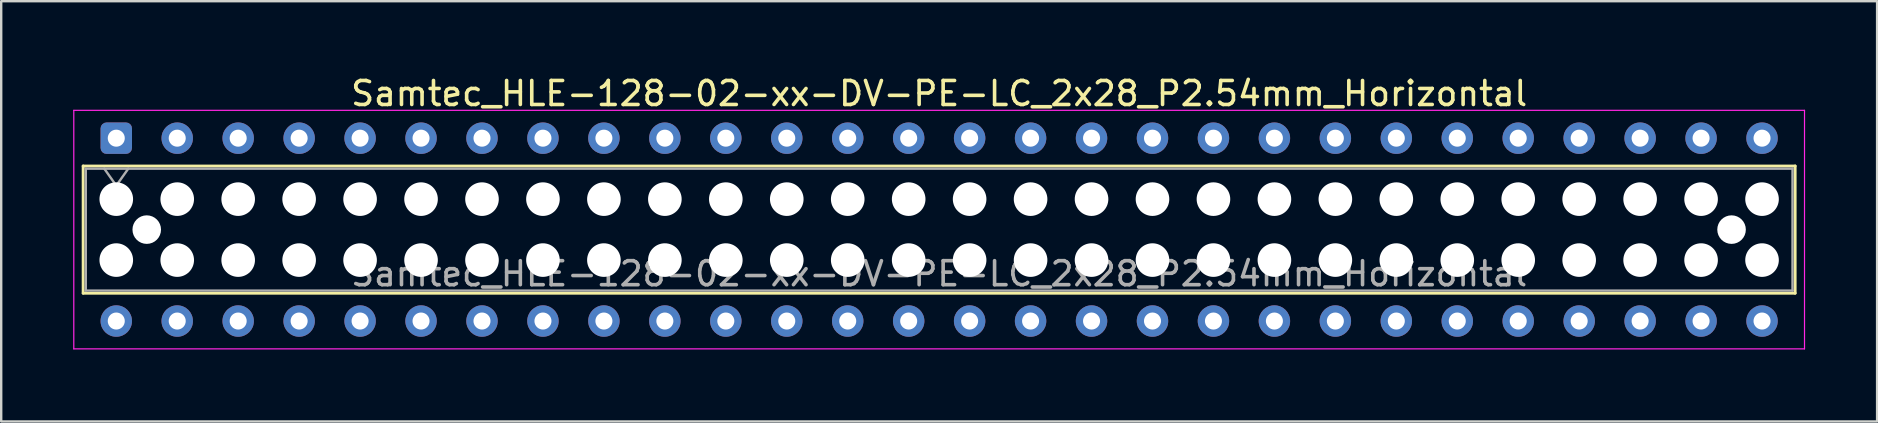
<source format=kicad_pcb>
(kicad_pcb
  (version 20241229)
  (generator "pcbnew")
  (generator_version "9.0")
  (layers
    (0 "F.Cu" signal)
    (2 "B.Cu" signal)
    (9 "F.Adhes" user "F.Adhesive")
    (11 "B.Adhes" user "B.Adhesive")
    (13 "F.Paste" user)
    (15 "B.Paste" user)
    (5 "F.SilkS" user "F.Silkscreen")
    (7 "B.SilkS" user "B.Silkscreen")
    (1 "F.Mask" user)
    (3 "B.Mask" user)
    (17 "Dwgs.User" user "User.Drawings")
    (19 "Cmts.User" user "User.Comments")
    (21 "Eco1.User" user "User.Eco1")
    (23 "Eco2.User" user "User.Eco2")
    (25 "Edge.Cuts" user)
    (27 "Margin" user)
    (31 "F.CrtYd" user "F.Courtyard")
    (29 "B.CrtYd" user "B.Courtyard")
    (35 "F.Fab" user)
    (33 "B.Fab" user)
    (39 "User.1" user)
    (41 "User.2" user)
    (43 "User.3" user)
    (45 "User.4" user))
  (footprint "Samtec_HLE-128-02-xx-DV-PE-LC_2x28_P2.54mm_Horizontal"
    (layer "F.Cu")
    (at 1.795 2.708)
    (property "Reference" "Samtec_HLE-128-02-xx-DV-PE-LC_2x28_P2.54mm_Horizontal" (at 34.29 -1.86 0) (layer "F.SilkS") (effects (font (size 1 1) (thickness 0.15))))
    (attr through_hole)
    (fp_line (start -1.38 1.16) (end 69.96 1.16) (stroke (width 0.12) (type solid)) (layer "F.SilkS"))
    (fp_line (start -1.38 6.46) (end -1.38 1.16) (stroke (width 0.12) (type solid)) (layer "F.SilkS"))
    (fp_line (start 69.96 1.16) (end 69.96 6.46) (stroke (width 0.12) (type solid)) (layer "F.SilkS"))
    (fp_line (start 69.96 6.46) (end -1.38 6.46) (stroke (width 0.12) (type solid)) (layer "F.SilkS"))
    (fp_line (start -1.77 -1.16) (end 70.35 -1.16) (stroke (width 0.05) (type solid)) (layer "F.CrtYd"))
    (fp_line (start -1.77 8.78) (end -1.77 -1.16) (stroke (width 0.05) (type solid)) (layer "F.CrtYd"))
    (fp_line (start 70.35 -1.16) (end 70.35 8.78) (stroke (width 0.05) (type solid)) (layer "F.CrtYd"))
    (fp_line (start 70.35 8.78) (end -1.77 8.78) (stroke (width 0.05) (type solid)) (layer "F.CrtYd"))
    (fp_line (start -1.27 1.27) (end 69.85 1.27) (stroke (width 0.1) (type solid)) (layer "F.Fab"))
    (fp_line (start -1.27 6.35) (end -1.27 1.27) (stroke (width 0.1) (type solid)) (layer "F.Fab"))
    (fp_line (start -0.5 1.27) (end 0 1.977) (stroke (width 0.1) (type solid)) (layer "F.Fab"))
    (fp_line (start 0 1.977) (end 0.5 1.27) (stroke (width 0.1) (type solid)) (layer "F.Fab"))
    (fp_line (start 69.85 1.27) (end 69.85 6.35) (stroke (width 0.1) (type solid)) (layer "F.Fab"))
    (fp_line (start 69.85 6.35) (end -1.27 6.35) (stroke (width 0.1) (type solid)) (layer "F.Fab"))
    (fp_text user "${REFERENCE}" (at 34.29 5.65 0) (layer "F.Fab") (effects (font (size 1 1) (thickness 0.15))))
    (pad "" np_thru_hole circle (at 0 2.54) (size 1.4 1.4) (drill 1.4) (layers "*.Cu" "*.Mask"))
    (pad "" np_thru_hole circle (at 0 5.08) (size 1.4 1.4) (drill 1.4) (layers "*.Cu" "*.Mask"))
    (pad "" np_thru_hole circle (at 1.27 3.81) (size 1.19 1.19) (drill 1.19) (layers "*.Cu" "*.Mask"))
    (pad "" np_thru_hole circle (at 2.54 2.54) (size 1.4 1.4) (drill 1.4) (layers "*.Cu" "*.Mask"))
    (pad "" np_thru_hole circle (at 2.54 5.08) (size 1.4 1.4) (drill 1.4) (layers "*.Cu" "*.Mask"))
    (pad "" np_thru_hole circle (at 5.08 2.54) (size 1.4 1.4) (drill 1.4) (layers "*.Cu" "*.Mask"))
    (pad "" np_thru_hole circle (at 5.08 5.08) (size 1.4 1.4) (drill 1.4) (layers "*.Cu" "*.Mask"))
    (pad "" np_thru_hole circle (at 7.62 2.54) (size 1.4 1.4) (drill 1.4) (layers "*.Cu" "*.Mask"))
    (pad "" np_thru_hole circle (at 7.62 5.08) (size 1.4 1.4) (drill 1.4) (layers "*.Cu" "*.Mask"))
    (pad "" np_thru_hole circle (at 10.16 2.54) (size 1.4 1.4) (drill 1.4) (layers "*.Cu" "*.Mask"))
    (pad "" np_thru_hole circle (at 10.16 5.08) (size 1.4 1.4) (drill 1.4) (layers "*.Cu" "*.Mask"))
    (pad "" np_thru_hole circle (at 12.7 2.54) (size 1.4 1.4) (drill 1.4) (layers "*.Cu" "*.Mask"))
    (pad "" np_thru_hole circle (at 12.7 5.08) (size 1.4 1.4) (drill 1.4) (layers "*.Cu" "*.Mask"))
    (pad "" np_thru_hole circle (at 15.24 2.54) (size 1.4 1.4) (drill 1.4) (layers "*.Cu" "*.Mask"))
    (pad "" np_thru_hole circle (at 15.24 5.08) (size 1.4 1.4) (drill 1.4) (layers "*.Cu" "*.Mask"))
    (pad "" np_thru_hole circle (at 17.78 2.54) (size 1.4 1.4) (drill 1.4) (layers "*.Cu" "*.Mask"))
    (pad "" np_thru_hole circle (at 17.78 5.08) (size 1.4 1.4) (drill 1.4) (layers "*.Cu" "*.Mask"))
    (pad "" np_thru_hole circle (at 20.32 2.54) (size 1.4 1.4) (drill 1.4) (layers "*.Cu" "*.Mask"))
    (pad "" np_thru_hole circle (at 20.32 5.08) (size 1.4 1.4) (drill 1.4) (layers "*.Cu" "*.Mask"))
    (pad "" np_thru_hole circle (at 22.86 2.54) (size 1.4 1.4) (drill 1.4) (layers "*.Cu" "*.Mask"))
    (pad "" np_thru_hole circle (at 22.86 5.08) (size 1.4 1.4) (drill 1.4) (layers "*.Cu" "*.Mask"))
    (pad "" np_thru_hole circle (at 25.4 2.54) (size 1.4 1.4) (drill 1.4) (layers "*.Cu" "*.Mask"))
    (pad "" np_thru_hole circle (at 25.4 5.08) (size 1.4 1.4) (drill 1.4) (layers "*.Cu" "*.Mask"))
    (pad "" np_thru_hole circle (at 27.94 2.54) (size 1.4 1.4) (drill 1.4) (layers "*.Cu" "*.Mask"))
    (pad "" np_thru_hole circle (at 27.94 5.08) (size 1.4 1.4) (drill 1.4) (layers "*.Cu" "*.Mask"))
    (pad "" np_thru_hole circle (at 30.48 2.54) (size 1.4 1.4) (drill 1.4) (layers "*.Cu" "*.Mask"))
    (pad "" np_thru_hole circle (at 30.48 5.08) (size 1.4 1.4) (drill 1.4) (layers "*.Cu" "*.Mask"))
    (pad "" np_thru_hole circle (at 33.02 2.54) (size 1.4 1.4) (drill 1.4) (layers "*.Cu" "*.Mask"))
    (pad "" np_thru_hole circle (at 33.02 5.08) (size 1.4 1.4) (drill 1.4) (layers "*.Cu" "*.Mask"))
    (pad "" np_thru_hole circle (at 35.56 2.54) (size 1.4 1.4) (drill 1.4) (layers "*.Cu" "*.Mask"))
    (pad "" np_thru_hole circle (at 35.56 5.08) (size 1.4 1.4) (drill 1.4) (layers "*.Cu" "*.Mask"))
    (pad "" np_thru_hole circle (at 38.1 2.54) (size 1.4 1.4) (drill 1.4) (layers "*.Cu" "*.Mask"))
    (pad "" np_thru_hole circle (at 38.1 5.08) (size 1.4 1.4) (drill 1.4) (layers "*.Cu" "*.Mask"))
    (pad "" np_thru_hole circle (at 40.64 2.54) (size 1.4 1.4) (drill 1.4) (layers "*.Cu" "*.Mask"))
    (pad "" np_thru_hole circle (at 40.64 5.08) (size 1.4 1.4) (drill 1.4) (layers "*.Cu" "*.Mask"))
    (pad "" np_thru_hole circle (at 43.18 2.54) (size 1.4 1.4) (drill 1.4) (layers "*.Cu" "*.Mask"))
    (pad "" np_thru_hole circle (at 43.18 5.08) (size 1.4 1.4) (drill 1.4) (layers "*.Cu" "*.Mask"))
    (pad "" np_thru_hole circle (at 45.72 2.54) (size 1.4 1.4) (drill 1.4) (layers "*.Cu" "*.Mask"))
    (pad "" np_thru_hole circle (at 45.72 5.08) (size 1.4 1.4) (drill 1.4) (layers "*.Cu" "*.Mask"))
    (pad "" np_thru_hole circle (at 48.26 2.54) (size 1.4 1.4) (drill 1.4) (layers "*.Cu" "*.Mask"))
    (pad "" np_thru_hole circle (at 48.26 5.08) (size 1.4 1.4) (drill 1.4) (layers "*.Cu" "*.Mask"))
    (pad "" np_thru_hole circle (at 50.8 2.54) (size 1.4 1.4) (drill 1.4) (layers "*.Cu" "*.Mask"))
    (pad "" np_thru_hole circle (at 50.8 5.08) (size 1.4 1.4) (drill 1.4) (layers "*.Cu" "*.Mask"))
    (pad "" np_thru_hole circle (at 53.34 2.54) (size 1.4 1.4) (drill 1.4) (layers "*.Cu" "*.Mask"))
    (pad "" np_thru_hole circle (at 53.34 5.08) (size 1.4 1.4) (drill 1.4) (layers "*.Cu" "*.Mask"))
    (pad "" np_thru_hole circle (at 55.88 2.54) (size 1.4 1.4) (drill 1.4) (layers "*.Cu" "*.Mask"))
    (pad "" np_thru_hole circle (at 55.88 5.08) (size 1.4 1.4) (drill 1.4) (layers "*.Cu" "*.Mask"))
    (pad "" np_thru_hole circle (at 58.42 2.54) (size 1.4 1.4) (drill 1.4) (layers "*.Cu" "*.Mask"))
    (pad "" np_thru_hole circle (at 58.42 5.08) (size 1.4 1.4) (drill 1.4) (layers "*.Cu" "*.Mask"))
    (pad "" np_thru_hole circle (at 60.96 2.54) (size 1.4 1.4) (drill 1.4) (layers "*.Cu" "*.Mask"))
    (pad "" np_thru_hole circle (at 60.96 5.08) (size 1.4 1.4) (drill 1.4) (layers "*.Cu" "*.Mask"))
    (pad "" np_thru_hole circle (at 63.5 2.54) (size 1.4 1.4) (drill 1.4) (layers "*.Cu" "*.Mask"))
    (pad "" np_thru_hole circle (at 63.5 5.08) (size 1.4 1.4) (drill 1.4) (layers "*.Cu" "*.Mask"))
    (pad "" np_thru_hole circle (at 66.04 2.54) (size 1.4 1.4) (drill 1.4) (layers "*.Cu" "*.Mask"))
    (pad "" np_thru_hole circle (at 66.04 5.08) (size 1.4 1.4) (drill 1.4) (layers "*.Cu" "*.Mask"))
    (pad "" np_thru_hole circle (at 67.31 3.81) (size 1.19 1.19) (drill 1.19) (layers "*.Cu" "*.Mask"))
    (pad "" np_thru_hole circle (at 68.58 2.54) (size 1.4 1.4) (drill 1.4) (layers "*.Cu" "*.Mask"))
    (pad "" np_thru_hole circle (at 68.58 5.08) (size 1.4 1.4) (drill 1.4) (layers "*.Cu" "*.Mask"))
    (pad "1" thru_hole roundrect (at 0 0) (size 1.31 1.31) (drill 0.71) (layers "*.Cu" "*.Mask") (roundrect_rratio 0.191))
    (pad "2" thru_hole circle (at 0 7.62) (size 1.31 1.31) (drill 0.71) (layers "*.Cu" "*.Mask"))
    (pad "3" thru_hole circle (at 2.54 0) (size 1.31 1.31) (drill 0.71) (layers "*.Cu" "*.Mask"))
    (pad "4" thru_hole circle (at 2.54 7.62) (size 1.31 1.31) (drill 0.71) (layers "*.Cu" "*.Mask"))
    (pad "5" thru_hole circle (at 5.08 0) (size 1.31 1.31) (drill 0.71) (layers "*.Cu" "*.Mask"))
    (pad "6" thru_hole circle (at 5.08 7.62) (size 1.31 1.31) (drill 0.71) (layers "*.Cu" "*.Mask"))
    (pad "7" thru_hole circle (at 7.62 0) (size 1.31 1.31) (drill 0.71) (layers "*.Cu" "*.Mask"))
    (pad "8" thru_hole circle (at 7.62 7.62) (size 1.31 1.31) (drill 0.71) (layers "*.Cu" "*.Mask"))
    (pad "9" thru_hole circle (at 10.16 0) (size 1.31 1.31) (drill 0.71) (layers "*.Cu" "*.Mask"))
    (pad "10" thru_hole circle (at 10.16 7.62) (size 1.31 1.31) (drill 0.71) (layers "*.Cu" "*.Mask"))
    (pad "11" thru_hole circle (at 12.7 0) (size 1.31 1.31) (drill 0.71) (layers "*.Cu" "*.Mask"))
    (pad "12" thru_hole circle (at 12.7 7.62) (size 1.31 1.31) (drill 0.71) (layers "*.Cu" "*.Mask"))
    (pad "13" thru_hole circle (at 15.24 0) (size 1.31 1.31) (drill 0.71) (layers "*.Cu" "*.Mask"))
    (pad "14" thru_hole circle (at 15.24 7.62) (size 1.31 1.31) (drill 0.71) (layers "*.Cu" "*.Mask"))
    (pad "15" thru_hole circle (at 17.78 0) (size 1.31 1.31) (drill 0.71) (layers "*.Cu" "*.Mask"))
    (pad "16" thru_hole circle (at 17.78 7.62) (size 1.31 1.31) (drill 0.71) (layers "*.Cu" "*.Mask"))
    (pad "17" thru_hole circle (at 20.32 0) (size 1.31 1.31) (drill 0.71) (layers "*.Cu" "*.Mask"))
    (pad "18" thru_hole circle (at 20.32 7.62) (size 1.31 1.31) (drill 0.71) (layers "*.Cu" "*.Mask"))
    (pad "19" thru_hole circle (at 22.86 0) (size 1.31 1.31) (drill 0.71) (layers "*.Cu" "*.Mask"))
    (pad "20" thru_hole circle (at 22.86 7.62) (size 1.31 1.31) (drill 0.71) (layers "*.Cu" "*.Mask"))
    (pad "21" thru_hole circle (at 25.4 0) (size 1.31 1.31) (drill 0.71) (layers "*.Cu" "*.Mask"))
    (pad "22" thru_hole circle (at 25.4 7.62) (size 1.31 1.31) (drill 0.71) (layers "*.Cu" "*.Mask"))
    (pad "23" thru_hole circle (at 27.94 0) (size 1.31 1.31) (drill 0.71) (layers "*.Cu" "*.Mask"))
    (pad "24" thru_hole circle (at 27.94 7.62) (size 1.31 1.31) (drill 0.71) (layers "*.Cu" "*.Mask"))
    (pad "25" thru_hole circle (at 30.48 0) (size 1.31 1.31) (drill 0.71) (layers "*.Cu" "*.Mask"))
    (pad "26" thru_hole circle (at 30.48 7.62) (size 1.31 1.31) (drill 0.71) (layers "*.Cu" "*.Mask"))
    (pad "27" thru_hole circle (at 33.02 0) (size 1.31 1.31) (drill 0.71) (layers "*.Cu" "*.Mask"))
    (pad "28" thru_hole circle (at 33.02 7.62) (size 1.31 1.31) (drill 0.71) (layers "*.Cu" "*.Mask"))
    (pad "29" thru_hole circle (at 35.56 0) (size 1.31 1.31) (drill 0.71) (layers "*.Cu" "*.Mask"))
    (pad "30" thru_hole circle (at 35.56 7.62) (size 1.31 1.31) (drill 0.71) (layers "*.Cu" "*.Mask"))
    (pad "31" thru_hole circle (at 38.1 0) (size 1.31 1.31) (drill 0.71) (layers "*.Cu" "*.Mask"))
    (pad "32" thru_hole circle (at 38.1 7.62) (size 1.31 1.31) (drill 0.71) (layers "*.Cu" "*.Mask"))
    (pad "33" thru_hole circle (at 40.64 0) (size 1.31 1.31) (drill 0.71) (layers "*.Cu" "*.Mask"))
    (pad "34" thru_hole circle (at 40.64 7.62) (size 1.31 1.31) (drill 0.71) (layers "*.Cu" "*.Mask"))
    (pad "35" thru_hole circle (at 43.18 0) (size 1.31 1.31) (drill 0.71) (layers "*.Cu" "*.Mask"))
    (pad "36" thru_hole circle (at 43.18 7.62) (size 1.31 1.31) (drill 0.71) (layers "*.Cu" "*.Mask"))
    (pad "37" thru_hole circle (at 45.72 0) (size 1.31 1.31) (drill 0.71) (layers "*.Cu" "*.Mask"))
    (pad "38" thru_hole circle (at 45.72 7.62) (size 1.31 1.31) (drill 0.71) (layers "*.Cu" "*.Mask"))
    (pad "39" thru_hole circle (at 48.26 0) (size 1.31 1.31) (drill 0.71) (layers "*.Cu" "*.Mask"))
    (pad "40" thru_hole circle (at 48.26 7.62) (size 1.31 1.31) (drill 0.71) (layers "*.Cu" "*.Mask"))
    (pad "41" thru_hole circle (at 50.8 0) (size 1.31 1.31) (drill 0.71) (layers "*.Cu" "*.Mask"))
    (pad "42" thru_hole circle (at 50.8 7.62) (size 1.31 1.31) (drill 0.71) (layers "*.Cu" "*.Mask"))
    (pad "43" thru_hole circle (at 53.34 0) (size 1.31 1.31) (drill 0.71) (layers "*.Cu" "*.Mask"))
    (pad "44" thru_hole circle (at 53.34 7.62) (size 1.31 1.31) (drill 0.71) (layers "*.Cu" "*.Mask"))
    (pad "45" thru_hole circle (at 55.88 0) (size 1.31 1.31) (drill 0.71) (layers "*.Cu" "*.Mask"))
    (pad "46" thru_hole circle (at 55.88 7.62) (size 1.31 1.31) (drill 0.71) (layers "*.Cu" "*.Mask"))
    (pad "47" thru_hole circle (at 58.42 0) (size 1.31 1.31) (drill 0.71) (layers "*.Cu" "*.Mask"))
    (pad "48" thru_hole circle (at 58.42 7.62) (size 1.31 1.31) (drill 0.71) (layers "*.Cu" "*.Mask"))
    (pad "49" thru_hole circle (at 60.96 0) (size 1.31 1.31) (drill 0.71) (layers "*.Cu" "*.Mask"))
    (pad "50" thru_hole circle (at 60.96 7.62) (size 1.31 1.31) (drill 0.71) (layers "*.Cu" "*.Mask"))
    (pad "51" thru_hole circle (at 63.5 0) (size 1.31 1.31) (drill 0.71) (layers "*.Cu" "*.Mask"))
    (pad "52" thru_hole circle (at 63.5 7.62) (size 1.31 1.31) (drill 0.71) (layers "*.Cu" "*.Mask"))
    (pad "53" thru_hole circle (at 66.04 0) (size 1.31 1.31) (drill 0.71) (layers "*.Cu" "*.Mask"))
    (pad "54" thru_hole circle (at 66.04 7.62) (size 1.31 1.31) (drill 0.71) (layers "*.Cu" "*.Mask"))
    (pad "55" thru_hole circle (at 68.58 0) (size 1.31 1.31) (drill 0.71) (layers "*.Cu" "*.Mask"))
    (pad "56" thru_hole circle (at 68.58 7.62) (size 1.31 1.31) (drill 0.71) (layers "*.Cu" "*.Mask")))
  (gr_rect
    (start -3 -3)
    (end 75.17 14.513)
    (stroke (width 0.1) (type default))
    (fill no)
    (layer "Edge.Cuts")))
</source>
